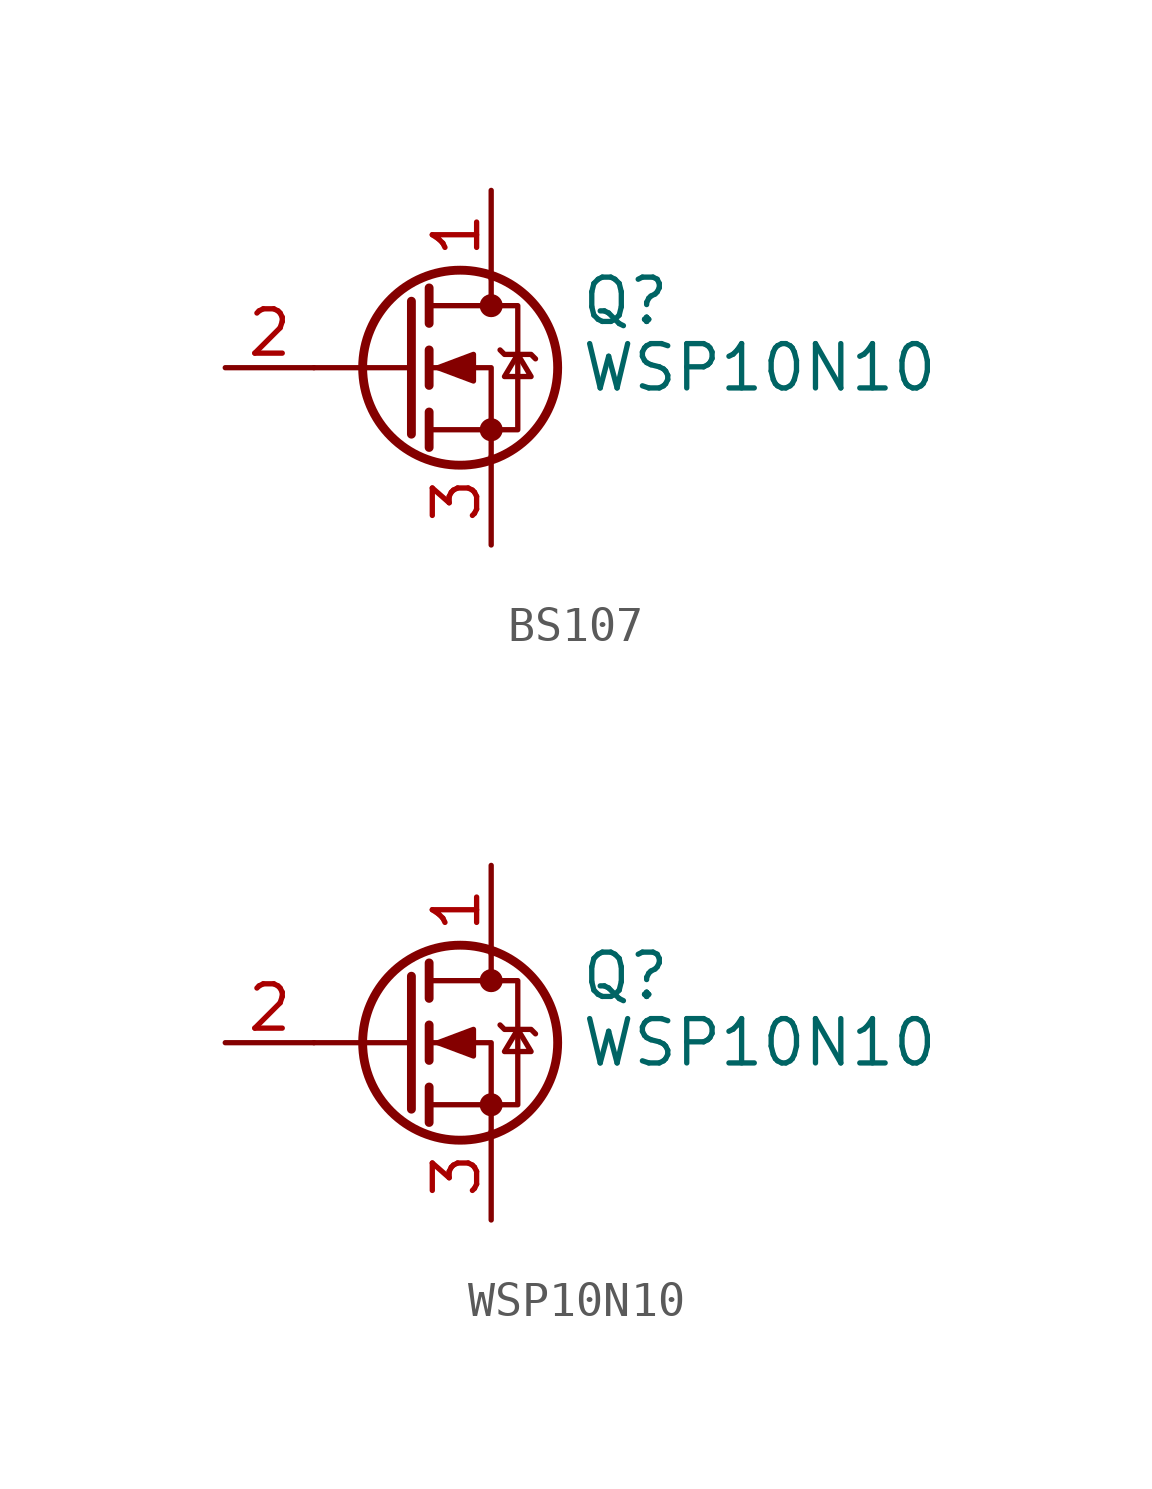
<source format=kicad_sym>
(kicad_symbol_lib
  (version 20231120)
  (generator "kicad_symbol_editor")
  (generator_version "8.0")
  (symbol "BS107"
    (pin_names hide)
    (property "Reference" "Q"
      (at 5.08 1.905 0)
      (effects (font (size 1.27 1.27)) (justify left)))
    (property "Value" "WSP10N10"
      (at 5.08 0 0)
      (effects (font (size 1.27 1.27)) (justify left)))
    (symbol "BS107_0_1"
      (polyline (pts (xy 0.254 0) (xy -2.54 0)) (stroke (width 0) (type default)) (fill (type none)))
      (polyline (pts (xy 0.254 1.905) (xy 0.254 -1.905)) (stroke (width 0.254) (type default)) (fill (type none)))
      (polyline (pts (xy 0.762 -1.27) (xy 0.762 -2.286)) (stroke (width 0.254) (type default)) (fill (type none)))
      (polyline (pts (xy 0.762 0.508) (xy 0.762 -0.508)) (stroke (width 0.254) (type default)) (fill (type none)))
      (polyline (pts (xy 0.762 2.286) (xy 0.762 1.27)) (stroke (width 0.254) (type default)) (fill (type none)))
      (polyline (pts (xy 2.54 2.54) (xy 2.54 1.778)) (stroke (width 0) (type default)) (fill (type none)))
      (polyline (pts (xy 2.54 -2.54) (xy 2.54 0) (xy 0.762 0)) (stroke (width 0) (type default)) (fill (type none)))
      (polyline (pts (xy 0.762 -1.778) (xy 3.302 -1.778) (xy 3.302 1.778) (xy 0.762 1.778)) (stroke (width 0) (type default)) (fill (type none)))
      (polyline (pts (xy 1.016 0) (xy 2.032 0.381) (xy 2.032 -0.381) (xy 1.016 0)) (stroke (width 0) (type default)) (fill (type outline)))
      (polyline (pts (xy 2.794 0.508) (xy 2.921 0.381) (xy 3.683 0.381) (xy 3.81 0.254)) (stroke (width 0) (type default)) (fill (type none)))
      (polyline (pts (xy 3.302 0.381) (xy 2.921 -0.254) (xy 3.683 -0.254) (xy 3.302 0.381)) (stroke (width 0) (type default)) (fill (type none)))
      (circle (center 1.651 0) (radius 2.794) (stroke (width 0.254) (type default)) (fill (type none)))
      (circle (center 2.54 -1.778) (radius 0.254) (stroke (width 0) (type default)) (fill (type outline)))
      (circle (center 2.54 1.778) (radius 0.254) (stroke (width 0) (type default)) (fill (type outline))))
    (symbol "BS107_1_1"
      (pin passive line (at 2.54 5.08 270) (length 2.54) (name "D" (effects (font (size 1.27 1.27)))) (number "1" (effects (font (size 1.27 1.27)))))
      (pin input line (at -5.08 0 0) (length 2.54) (name "G" (effects (font (size 1.27 1.27)))) (number "2" (effects (font (size 1.27 1.27)))))
      (pin passive line (at 2.54 -5.08 90) (length 2.54) (name "S" (effects (font (size 1.27 1.27)))) (number "3" (effects (font (size 1.27 1.27)))))))
  (symbol "WSP10N10"
    (pin_names hide)
    (property "Reference" "Q"
      (at 5.08 1.905 0)
      (effects (font (size 1.27 1.27)) (justify left)))
    (property "Value" "WSP10N10"
      (at 5.08 0 0)
      (effects (font (size 1.27 1.27)) (justify left)))
    (symbol "WSP10N10_0_1"
      (polyline (pts (xy 0.254 0) (xy -2.54 0)) (stroke (width 0) (type default)) (fill (type none)))
      (polyline (pts (xy 0.254 1.905) (xy 0.254 -1.905)) (stroke (width 0.254) (type default)) (fill (type none)))
      (polyline (pts (xy 0.762 -1.27) (xy 0.762 -2.286)) (stroke (width 0.254) (type default)) (fill (type none)))
      (polyline (pts (xy 0.762 0.508) (xy 0.762 -0.508)) (stroke (width 0.254) (type default)) (fill (type none)))
      (polyline (pts (xy 0.762 2.286) (xy 0.762 1.27)) (stroke (width 0.254) (type default)) (fill (type none)))
      (polyline (pts (xy 2.54 2.54) (xy 2.54 1.778)) (stroke (width 0) (type default)) (fill (type none)))
      (polyline (pts (xy 2.54 -2.54) (xy 2.54 0) (xy 0.762 0)) (stroke (width 0) (type default)) (fill (type none)))
      (polyline (pts (xy 0.762 -1.778) (xy 3.302 -1.778) (xy 3.302 1.778) (xy 0.762 1.778)) (stroke (width 0) (type default)) (fill (type none)))
      (polyline (pts (xy 1.016 0) (xy 2.032 0.381) (xy 2.032 -0.381) (xy 1.016 0)) (stroke (width 0) (type default)) (fill (type outline)))
      (polyline (pts (xy 2.794 0.508) (xy 2.921 0.381) (xy 3.683 0.381) (xy 3.81 0.254)) (stroke (width 0) (type default)) (fill (type none)))
      (polyline (pts (xy 3.302 0.381) (xy 2.921 -0.254) (xy 3.683 -0.254) (xy 3.302 0.381)) (stroke (width 0) (type default)) (fill (type none)))
      (circle (center 1.651 0) (radius 2.794) (stroke (width 0.254) (type default)) (fill (type none)))
      (circle (center 2.54 -1.778) (radius 0.254) (stroke (width 0) (type default)) (fill (type outline)))
      (circle (center 2.54 1.778) (radius 0.254) (stroke (width 0) (type default)) (fill (type outline))))
    (symbol "WSP10N10_1_1"
      (pin passive line (at 2.54 5.08 270) (length 2.54) (name "D" (effects (font (size 1.27 1.27)))) (number "1" (effects (font (size 1.27 1.27)))))
      (pin input line (at -5.08 0 0) (length 2.54) (name "G" (effects (font (size 1.27 1.27)))) (number "2" (effects (font (size 1.27 1.27)))))
      (pin passive line (at 2.54 -5.08 90) (length 2.54) (name "S" (effects (font (size 1.27 1.27)))) (number "3" (effects (font (size 1.27 1.27))))))))
</source>
